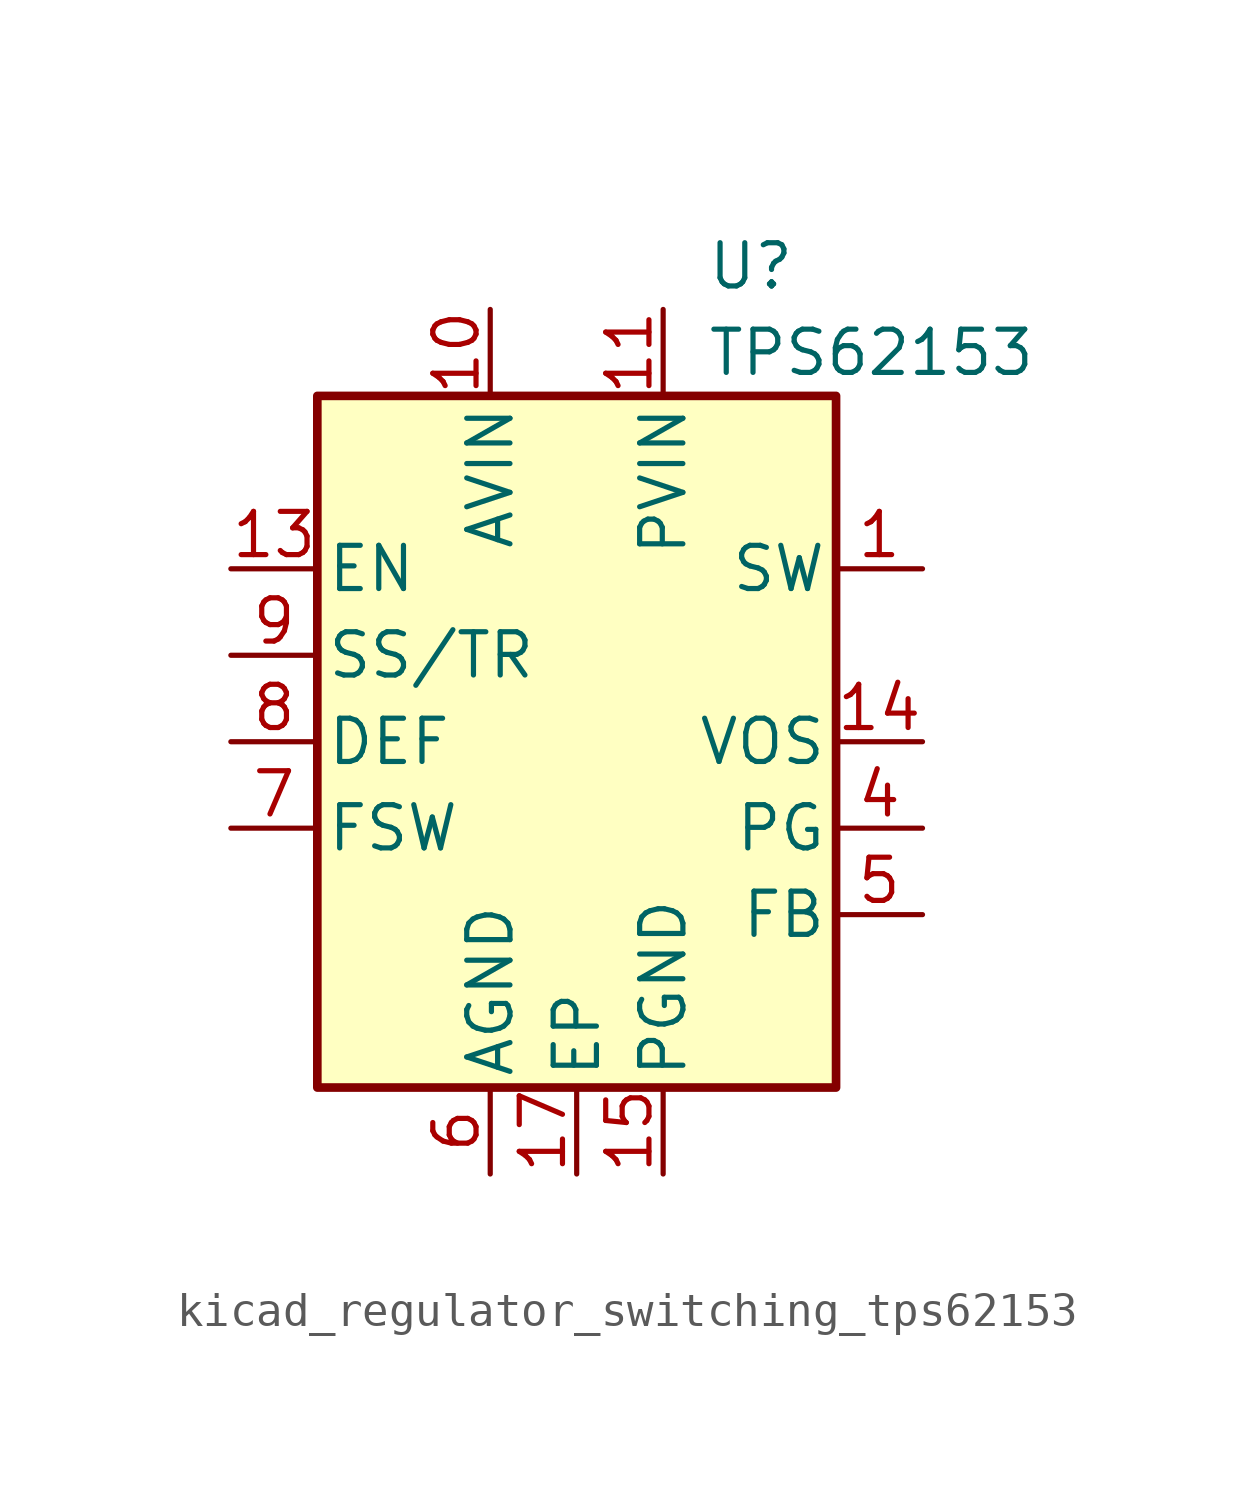
<source format=kicad_sym>
(kicad_symbol_lib
  (version 20220914)
  (generator kicad_symbol_editor)
  (symbol "kicad_regulator_switching_tps62153"
    (pin_names
      (offset 0.254))
    (property "Reference" "U"
      (at 3.81 13.97 0)
      (effects (font (size 1.27 1.27)) (justify left)))
    (property "Value" "TPS62153"
      (at 3.81 11.43 0)
      (effects (font (size 1.27 1.27)) (justify left)))
    (symbol "kicad_regulator_switching_tps62153_0_1"
      (rectangle (start -7.62 10.16) (end 7.62 -10.16) (stroke (width 0.254) (type default)) (fill (type background))))
    (symbol "kicad_regulator_switching_tps62153_1_1"
      (pin output line (at 10.16 5.08 180) (length 2.54) (name "SW" (effects (font (size 1.27 1.27)))) (number "1" (effects (font (size 1.27 1.27)))))
      (pin power_in line (at -2.54 12.7 270) (length 2.54) (name "AVIN" (effects (font (size 1.27 1.27)))) (number "10" (effects (font (size 1.27 1.27)))))
      (pin power_in line (at 2.54 12.7 270) (length 2.54) (name "PVIN" (effects (font (size 1.27 1.27)))) (number "11" (effects (font (size 1.27 1.27)))))
      (pin passive line (at 2.54 12.7 270) (length 2.54) hide (name "PVIN" (effects (font (size 1.27 1.27)))) (number "12" (effects (font (size 1.27 1.27)))))
      (pin input line (at -10.16 5.08 0) (length 2.54) (name "EN" (effects (font (size 1.27 1.27)))) (number "13" (effects (font (size 1.27 1.27)))))
      (pin input line (at 10.16 0 180) (length 2.54) (name "VOS" (effects (font (size 1.27 1.27)))) (number "14" (effects (font (size 1.27 1.27)))))
      (pin power_in line (at 2.54 -12.7 90) (length 2.54) (name "PGND" (effects (font (size 1.27 1.27)))) (number "15" (effects (font (size 1.27 1.27)))))
      (pin passive line (at 2.54 -12.7 90) (length 2.54) hide (name "PGND" (effects (font (size 1.27 1.27)))) (number "16" (effects (font (size 1.27 1.27)))))
      (pin power_in line (at 0 -12.7 90) (length 2.54) (name "EP" (effects (font (size 1.27 1.27)))) (number "17" (effects (font (size 1.27 1.27)))))
      (pin passive line (at 10.16 5.08 180) (length 2.54) hide (name "SW" (effects (font (size 1.27 1.27)))) (number "2" (effects (font (size 1.27 1.27)))))
      (pin passive line (at 10.16 5.08 180) (length 2.54) hide (name "SW" (effects (font (size 1.27 1.27)))) (number "3" (effects (font (size 1.27 1.27)))))
      (pin open_collector line (at 10.16 -2.54 180) (length 2.54) (name "PG" (effects (font (size 1.27 1.27)))) (number "4" (effects (font (size 1.27 1.27)))))
      (pin input line (at 10.16 -5.08 180) (length 2.54) (name "FB" (effects (font (size 1.27 1.27)))) (number "5" (effects (font (size 1.27 1.27)))))
      (pin power_in line (at -2.54 -12.7 90) (length 2.54) (name "AGND" (effects (font (size 1.27 1.27)))) (number "6" (effects (font (size 1.27 1.27)))))
      (pin input line (at -10.16 -2.54 0) (length 2.54) (name "FSW" (effects (font (size 1.27 1.27)))) (number "7" (effects (font (size 1.27 1.27)))))
      (pin input line (at -10.16 0 0) (length 2.54) (name "DEF" (effects (font (size 1.27 1.27)))) (number "8" (effects (font (size 1.27 1.27)))))
      (pin input line (at -10.16 2.54 0) (length 2.54) (name "SS/TR" (effects (font (size 1.27 1.27)))) (number "9" (effects (font (size 1.27 1.27))))))))
</source>
